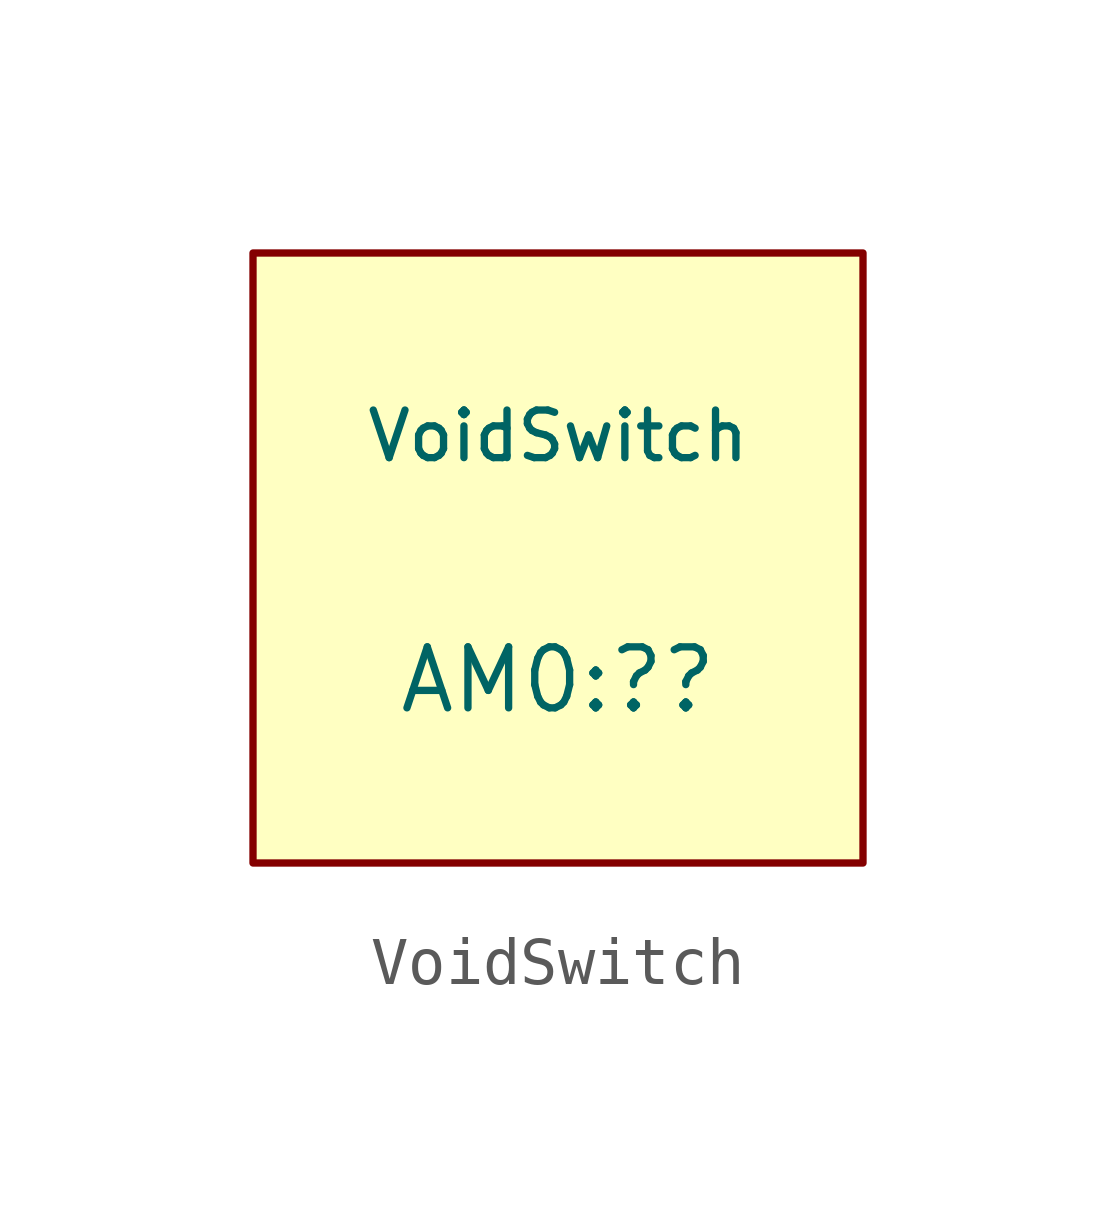
<source format=kicad_sym>
(kicad_symbol_lib
  (version 20211014)
  (generator kicad_symbol_editor)
  (symbol "VoidSwitch"
    (pin_names
      (offset 1.016))
    (property "Reference" "AM0:?"
      (at 0 -2.54 0)
      (effects (font (size 1.27 1.27))))
    (property "Value" "VoidSwitch"
      (at 0 2.54 0)
      (effects (font (size 0.991 0.991))))
    (symbol "VoidSwitch_0_1"
      (rectangle (start -6.35 6.35) (end 6.35 -6.35) (stroke (width 0) (type default) (color 0 0 0 0)) (fill (type background))))))
</source>
